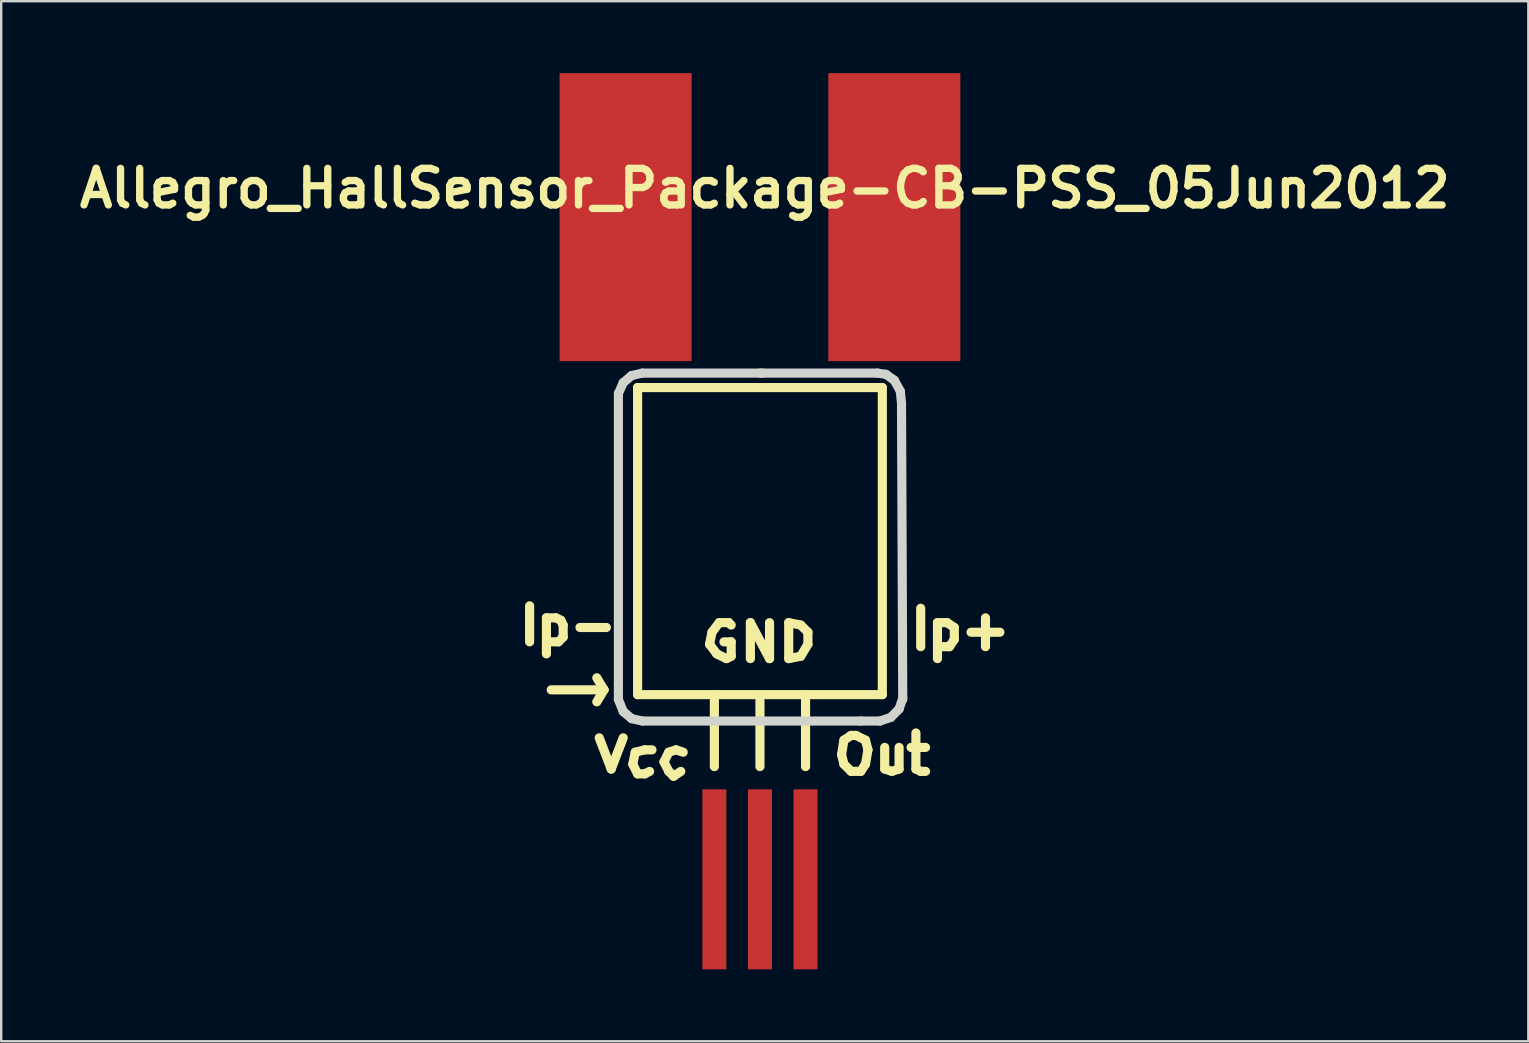
<source format=kicad_pcb>
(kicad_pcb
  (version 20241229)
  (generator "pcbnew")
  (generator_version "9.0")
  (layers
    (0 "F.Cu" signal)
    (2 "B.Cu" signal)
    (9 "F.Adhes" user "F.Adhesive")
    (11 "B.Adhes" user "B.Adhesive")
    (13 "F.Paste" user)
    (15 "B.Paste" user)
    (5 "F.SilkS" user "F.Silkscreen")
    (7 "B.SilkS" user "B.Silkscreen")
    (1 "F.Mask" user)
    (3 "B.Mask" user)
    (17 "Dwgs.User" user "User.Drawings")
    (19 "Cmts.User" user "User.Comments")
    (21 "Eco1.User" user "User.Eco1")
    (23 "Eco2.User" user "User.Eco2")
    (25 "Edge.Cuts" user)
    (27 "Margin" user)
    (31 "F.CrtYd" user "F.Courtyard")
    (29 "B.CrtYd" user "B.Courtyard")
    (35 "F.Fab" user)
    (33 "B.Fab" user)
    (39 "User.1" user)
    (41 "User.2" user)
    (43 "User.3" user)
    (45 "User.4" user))
  (footprint "Allegro_HallSensor_Package-CB-PSS_05Jun2012"
    (layer "F.Cu")
    (at 28.625 19.702)
    (property "Reference" "Allegro_HallSensor_Package-CB-PSS_05Jun2012" (at 0.201 -14.9 0) (layer "F.SilkS") (effects (font (size 1.524 1.524) (thickness 0.305))))
    (attr through_hole)
    (fp_line (start -9.601 2.499) (end -9.601 4) (stroke (width 0.381) (type solid)) (layer "F.SilkS"))
    (fp_line (start -8.9 3) (end -8.9 4.501) (stroke (width 0.381) (type solid)) (layer "F.SilkS"))
    (fp_line (start -8.9 3) (end -8.501 3) (stroke (width 0.381) (type solid)) (layer "F.SilkS"))
    (fp_line (start -8.501 3) (end -8.301 3.099) (stroke (width 0.381) (type solid)) (layer "F.SilkS"))
    (fp_line (start -8.4 4) (end -8.9 4) (stroke (width 0.381) (type solid)) (layer "F.SilkS"))
    (fp_line (start -8.301 3.099) (end -8.202 3.3) (stroke (width 0.381) (type solid)) (layer "F.SilkS"))
    (fp_line (start -8.202 3.3) (end -8.202 3.8) (stroke (width 0.381) (type solid)) (layer "F.SilkS"))
    (fp_line (start -8.202 3.8) (end -8.4 4) (stroke (width 0.381) (type solid)) (layer "F.SilkS"))
    (fp_line (start -6.7 8.001) (end -6.2 9.302) (stroke (width 0.381) (type solid)) (layer "F.SilkS"))
    (fp_line (start -6.5 6) (end -8.7 6) (stroke (width 0.381) (type solid)) (layer "F.SilkS"))
    (fp_line (start -6.5 6) (end -6.8 5.499) (stroke (width 0.381) (type solid)) (layer "F.SilkS"))
    (fp_line (start -6.5 6) (end -6.8 6.5) (stroke (width 0.381) (type solid)) (layer "F.SilkS"))
    (fp_line (start -6.401 3.401) (end -7.501 3.401) (stroke (width 0.381) (type solid)) (layer "F.SilkS"))
    (fp_line (start -6.2 9.302) (end -5.7 8.001) (stroke (width 0.381) (type solid)) (layer "F.SilkS"))
    (fp_line (start -5.301 9.101) (end -5.1 9.502) (stroke (width 0.381) (type solid)) (layer "F.SilkS"))
    (fp_line (start -5.199 8.6) (end -5.301 9.101) (stroke (width 0.381) (type solid)) (layer "F.SilkS"))
    (fp_line (start -5.1 -6.599) (end 5.1 -6.599) (stroke (width 0.381) (type solid)) (layer "F.SilkS"))
    (fp_line (start -5.1 6.2) (end -5.1 -6.599) (stroke (width 0.381) (type solid)) (layer "F.SilkS"))
    (fp_line (start -5.1 9.502) (end -4.801 9.502) (stroke (width 0.381) (type solid)) (layer "F.SilkS"))
    (fp_line (start -4.801 8.501) (end -5.199 8.6) (stroke (width 0.381) (type solid)) (layer "F.SilkS"))
    (fp_line (start -4.801 9.502) (end -4.6 9.4) (stroke (width 0.381) (type solid)) (layer "F.SilkS"))
    (fp_line (start -4.501 8.501) (end -4.801 8.501) (stroke (width 0.381) (type solid)) (layer "F.SilkS"))
    (fp_line (start -4 9.002) (end -3.8 9.4) (stroke (width 0.381) (type solid)) (layer "F.SilkS"))
    (fp_line (start -3.8 8.6) (end -4 9.002) (stroke (width 0.381) (type solid)) (layer "F.SilkS"))
    (fp_line (start -3.8 9.4) (end -3.599 9.601) (stroke (width 0.381) (type solid)) (layer "F.SilkS"))
    (fp_line (start -3.599 9.601) (end -3.3 9.4) (stroke (width 0.381) (type solid)) (layer "F.SilkS"))
    (fp_line (start -3.5 8.501) (end -3.8 8.6) (stroke (width 0.381) (type solid)) (layer "F.SilkS"))
    (fp_line (start -3.2 8.6) (end -3.5 8.501) (stroke (width 0.381) (type solid)) (layer "F.SilkS"))
    (fp_line (start -2.101 4.1) (end -1.801 4.501) (stroke (width 0.381) (type solid)) (layer "F.SilkS"))
    (fp_line (start -1.999 3.599) (end -2.101 4.1) (stroke (width 0.381) (type solid)) (layer "F.SilkS"))
    (fp_line (start -1.9 6.2) (end -1.9 9.2) (stroke (width 0.381) (type solid)) (layer "F.SilkS"))
    (fp_line (start -1.801 4.501) (end -1.399 4.699) (stroke (width 0.381) (type solid)) (layer "F.SilkS"))
    (fp_line (start -1.699 3.2) (end -1.999 3.599) (stroke (width 0.381) (type solid)) (layer "F.SilkS"))
    (fp_line (start -1.399 4.699) (end -1.199 4.6) (stroke (width 0.381) (type solid)) (layer "F.SilkS"))
    (fp_line (start -1.3 3.2) (end -1.699 3.2) (stroke (width 0.381) (type solid)) (layer "F.SilkS"))
    (fp_line (start -1.199 3.3) (end -1.3 3.2) (stroke (width 0.381) (type solid)) (layer "F.SilkS"))
    (fp_line (start -1.199 4) (end -1.501 4) (stroke (width 0.381) (type solid)) (layer "F.SilkS"))
    (fp_line (start -1.199 4.6) (end -1.199 4) (stroke (width 0.381) (type solid)) (layer "F.SilkS"))
    (fp_line (start -0.399 3.2) (end 0.399 4.699) (stroke (width 0.381) (type solid)) (layer "F.SilkS"))
    (fp_line (start -0.399 4.699) (end -0.399 3.2) (stroke (width 0.381) (type solid)) (layer "F.SilkS"))
    (fp_line (start 0 6.2) (end 0 9.2) (stroke (width 0.381) (type solid)) (layer "F.SilkS"))
    (fp_line (start 0.399 4.699) (end 0.399 3.2) (stroke (width 0.381) (type solid)) (layer "F.SilkS"))
    (fp_line (start 1.199 3.2) (end 1.199 4.699) (stroke (width 0.381) (type solid)) (layer "F.SilkS"))
    (fp_line (start 1.199 4.699) (end 1.699 4.6) (stroke (width 0.381) (type solid)) (layer "F.SilkS"))
    (fp_line (start 1.699 3.3) (end 1.199 3.2) (stroke (width 0.381) (type solid)) (layer "F.SilkS"))
    (fp_line (start 1.699 4.6) (end 1.999 4.1) (stroke (width 0.381) (type solid)) (layer "F.SilkS"))
    (fp_line (start 1.9 6.2) (end 1.9 9.2) (stroke (width 0.381) (type solid)) (layer "F.SilkS"))
    (fp_line (start 1.999 3.599) (end 1.699 3.3) (stroke (width 0.381) (type solid)) (layer "F.SilkS"))
    (fp_line (start 1.999 4.1) (end 1.999 3.599) (stroke (width 0.381) (type solid)) (layer "F.SilkS"))
    (fp_line (start 3.401 8.7) (end 3.5 9.098) (stroke (width 0.381) (type solid)) (layer "F.SilkS"))
    (fp_line (start 3.5 8.098) (end 3.401 8.7) (stroke (width 0.381) (type solid)) (layer "F.SilkS"))
    (fp_line (start 3.5 9.098) (end 3.8 9.398) (stroke (width 0.381) (type solid)) (layer "F.SilkS"))
    (fp_line (start 3.8 7.899) (end 3.5 8.098) (stroke (width 0.381) (type solid)) (layer "F.SilkS"))
    (fp_line (start 3.8 9.398) (end 4.201 9.398) (stroke (width 0.381) (type solid)) (layer "F.SilkS"))
    (fp_line (start 4 7.902) (end 3.8 7.902) (stroke (width 0.381) (type solid)) (layer "F.SilkS"))
    (fp_line (start 4.201 9.398) (end 4.399 9.098) (stroke (width 0.381) (type solid)) (layer "F.SilkS"))
    (fp_line (start 4.399 8.098) (end 4 7.899) (stroke (width 0.381) (type solid)) (layer "F.SilkS"))
    (fp_line (start 4.399 9.098) (end 4.501 8.499) (stroke (width 0.381) (type solid)) (layer "F.SilkS"))
    (fp_line (start 4.501 8.499) (end 4.399 8.098) (stroke (width 0.381) (type solid)) (layer "F.SilkS"))
    (fp_line (start 5.1 -6.599) (end 5.1 6.2) (stroke (width 0.381) (type solid)) (layer "F.SilkS"))
    (fp_line (start 5.1 6.2) (end -5.1 6.2) (stroke (width 0.381) (type solid)) (layer "F.SilkS"))
    (fp_line (start 5.199 8.4) (end 5.199 9.299) (stroke (width 0.381) (type solid)) (layer "F.SilkS"))
    (fp_line (start 5.199 9.299) (end 5.499 9.398) (stroke (width 0.381) (type solid)) (layer "F.SilkS"))
    (fp_line (start 5.499 9.398) (end 5.799 9.299) (stroke (width 0.381) (type solid)) (layer "F.SilkS"))
    (fp_line (start 5.799 9.299) (end 5.799 8.4) (stroke (width 0.381) (type solid)) (layer "F.SilkS"))
    (fp_line (start 6.5 7.798) (end 6.5 9.299) (stroke (width 0.381) (type solid)) (layer "F.SilkS"))
    (fp_line (start 6.5 9.299) (end 6.7 9.398) (stroke (width 0.381) (type solid)) (layer "F.SilkS"))
    (fp_line (start 6.7 2.601) (end 6.7 4.201) (stroke (width 0.381) (type solid)) (layer "F.SilkS"))
    (fp_line (start 6.7 9.398) (end 6.901 9.398) (stroke (width 0.381) (type solid)) (layer "F.SilkS"))
    (fp_line (start 6.901 8.4) (end 6.299 8.4) (stroke (width 0.381) (type solid)) (layer "F.SilkS"))
    (fp_line (start 7.399 3.2) (end 7.399 4.699) (stroke (width 0.381) (type solid)) (layer "F.SilkS"))
    (fp_line (start 7.399 3.2) (end 7.8 3.2) (stroke (width 0.381) (type solid)) (layer "F.SilkS"))
    (fp_line (start 7.8 3.2) (end 8.1 3.401) (stroke (width 0.381) (type solid)) (layer "F.SilkS"))
    (fp_line (start 7.899 4.201) (end 7.501 4.201) (stroke (width 0.381) (type solid)) (layer "F.SilkS"))
    (fp_line (start 8.1 3.401) (end 8.1 3.899) (stroke (width 0.381) (type solid)) (layer "F.SilkS"))
    (fp_line (start 8.1 3.899) (end 7.899 4.201) (stroke (width 0.381) (type solid)) (layer "F.SilkS"))
    (fp_line (start 9.4 3) (end 9.4 4.201) (stroke (width 0.381) (type solid)) (layer "F.SilkS"))
    (fp_line (start 10 3.599) (end 8.799 3.599) (stroke (width 0.381) (type solid)) (layer "F.SilkS"))
    (fp_line (start -5.9 -6.35) (end -5.7 -6.8) (stroke (width 0.381) (type solid)) (layer "Edge.Cuts"))
    (fp_line (start -5.9 5.751) (end -5.9 -6.35) (stroke (width 0.381) (type solid)) (layer "Edge.Cuts"))
    (fp_line (start -5.9 6.401) (end -5.9 5.751) (stroke (width 0.381) (type solid)) (layer "Edge.Cuts"))
    (fp_line (start -5.7 -6.8) (end -5.349 -7.099) (stroke (width 0.381) (type solid)) (layer "Edge.Cuts"))
    (fp_line (start -5.7 6.901) (end -5.9 6.401) (stroke (width 0.381) (type solid)) (layer "Edge.Cuts"))
    (fp_line (start -5.349 -7.099) (end -4.9 -7.201) (stroke (width 0.381) (type solid)) (layer "Edge.Cuts"))
    (fp_line (start -5.349 7.201) (end -5.7 6.901) (stroke (width 0.381) (type solid)) (layer "Edge.Cuts"))
    (fp_line (start -4.9 -7.201) (end 0.099 -7.201) (stroke (width 0.381) (type solid)) (layer "Edge.Cuts"))
    (fp_line (start -4.9 7.3) (end -5.349 7.201) (stroke (width 0.381) (type solid)) (layer "Edge.Cuts"))
    (fp_line (start 0 -7.201) (end 4.9 -7.201) (stroke (width 0.381) (type solid)) (layer "Edge.Cuts"))
    (fp_line (start 4.201 7.3) (end -4.9 7.3) (stroke (width 0.381) (type solid)) (layer "Edge.Cuts"))
    (fp_line (start 4.9 -7.201) (end 5.25 -7.15) (stroke (width 0.381) (type solid)) (layer "Edge.Cuts"))
    (fp_line (start 5.001 7.3) (end 4.201 7.3) (stroke (width 0.381) (type solid)) (layer "Edge.Cuts"))
    (fp_line (start 5.25 -7.15) (end 5.601 -6.901) (stroke (width 0.381) (type solid)) (layer "Edge.Cuts"))
    (fp_line (start 5.451 7.15) (end 5.001 7.3) (stroke (width 0.381) (type solid)) (layer "Edge.Cuts"))
    (fp_line (start 5.601 -6.901) (end 5.85 -6.449) (stroke (width 0.381) (type solid)) (layer "Edge.Cuts"))
    (fp_line (start 5.799 6.8) (end 5.451 7.15) (stroke (width 0.381) (type solid)) (layer "Edge.Cuts"))
    (fp_line (start 5.85 -6.449) (end 5.9 -5.951) (stroke (width 0.381) (type solid)) (layer "Edge.Cuts"))
    (fp_line (start 5.9 -5.951) (end 5.951 6.401) (stroke (width 0.381) (type solid)) (layer "Edge.Cuts"))
    (fp_line (start 5.951 6.35) (end 5.799 6.8) (stroke (width 0.381) (type solid)) (layer "Edge.Cuts"))
    (pad "1" smd rect (at -1.9 13.899) (size 1.001 7.501) (layers "F.Cu" "F.Mask" "F.Paste"))
    (pad "2" smd rect (at 0 13.899) (size 1.001 7.501) (layers "F.Cu" "F.Mask" "F.Paste"))
    (pad "3" smd rect (at 1.9 13.899) (size 1.001 7.501) (layers "F.Cu" "F.Mask" "F.Paste"))
    (pad "4" smd rect (at 5.601 -13.701) (size 5.502 12.002) (layers "F.Cu" "F.Mask" "F.Paste"))
    (pad "5" smd rect (at -5.601 -13.701) (size 5.502 12.002) (layers "F.Cu" "F.Mask" "F.Paste")))
  (gr_rect
    (start -3 -3)
    (end 60.651 40.351)
    (stroke (width 0.1) (type default))
    (fill no)
    (layer "Edge.Cuts")))
</source>
